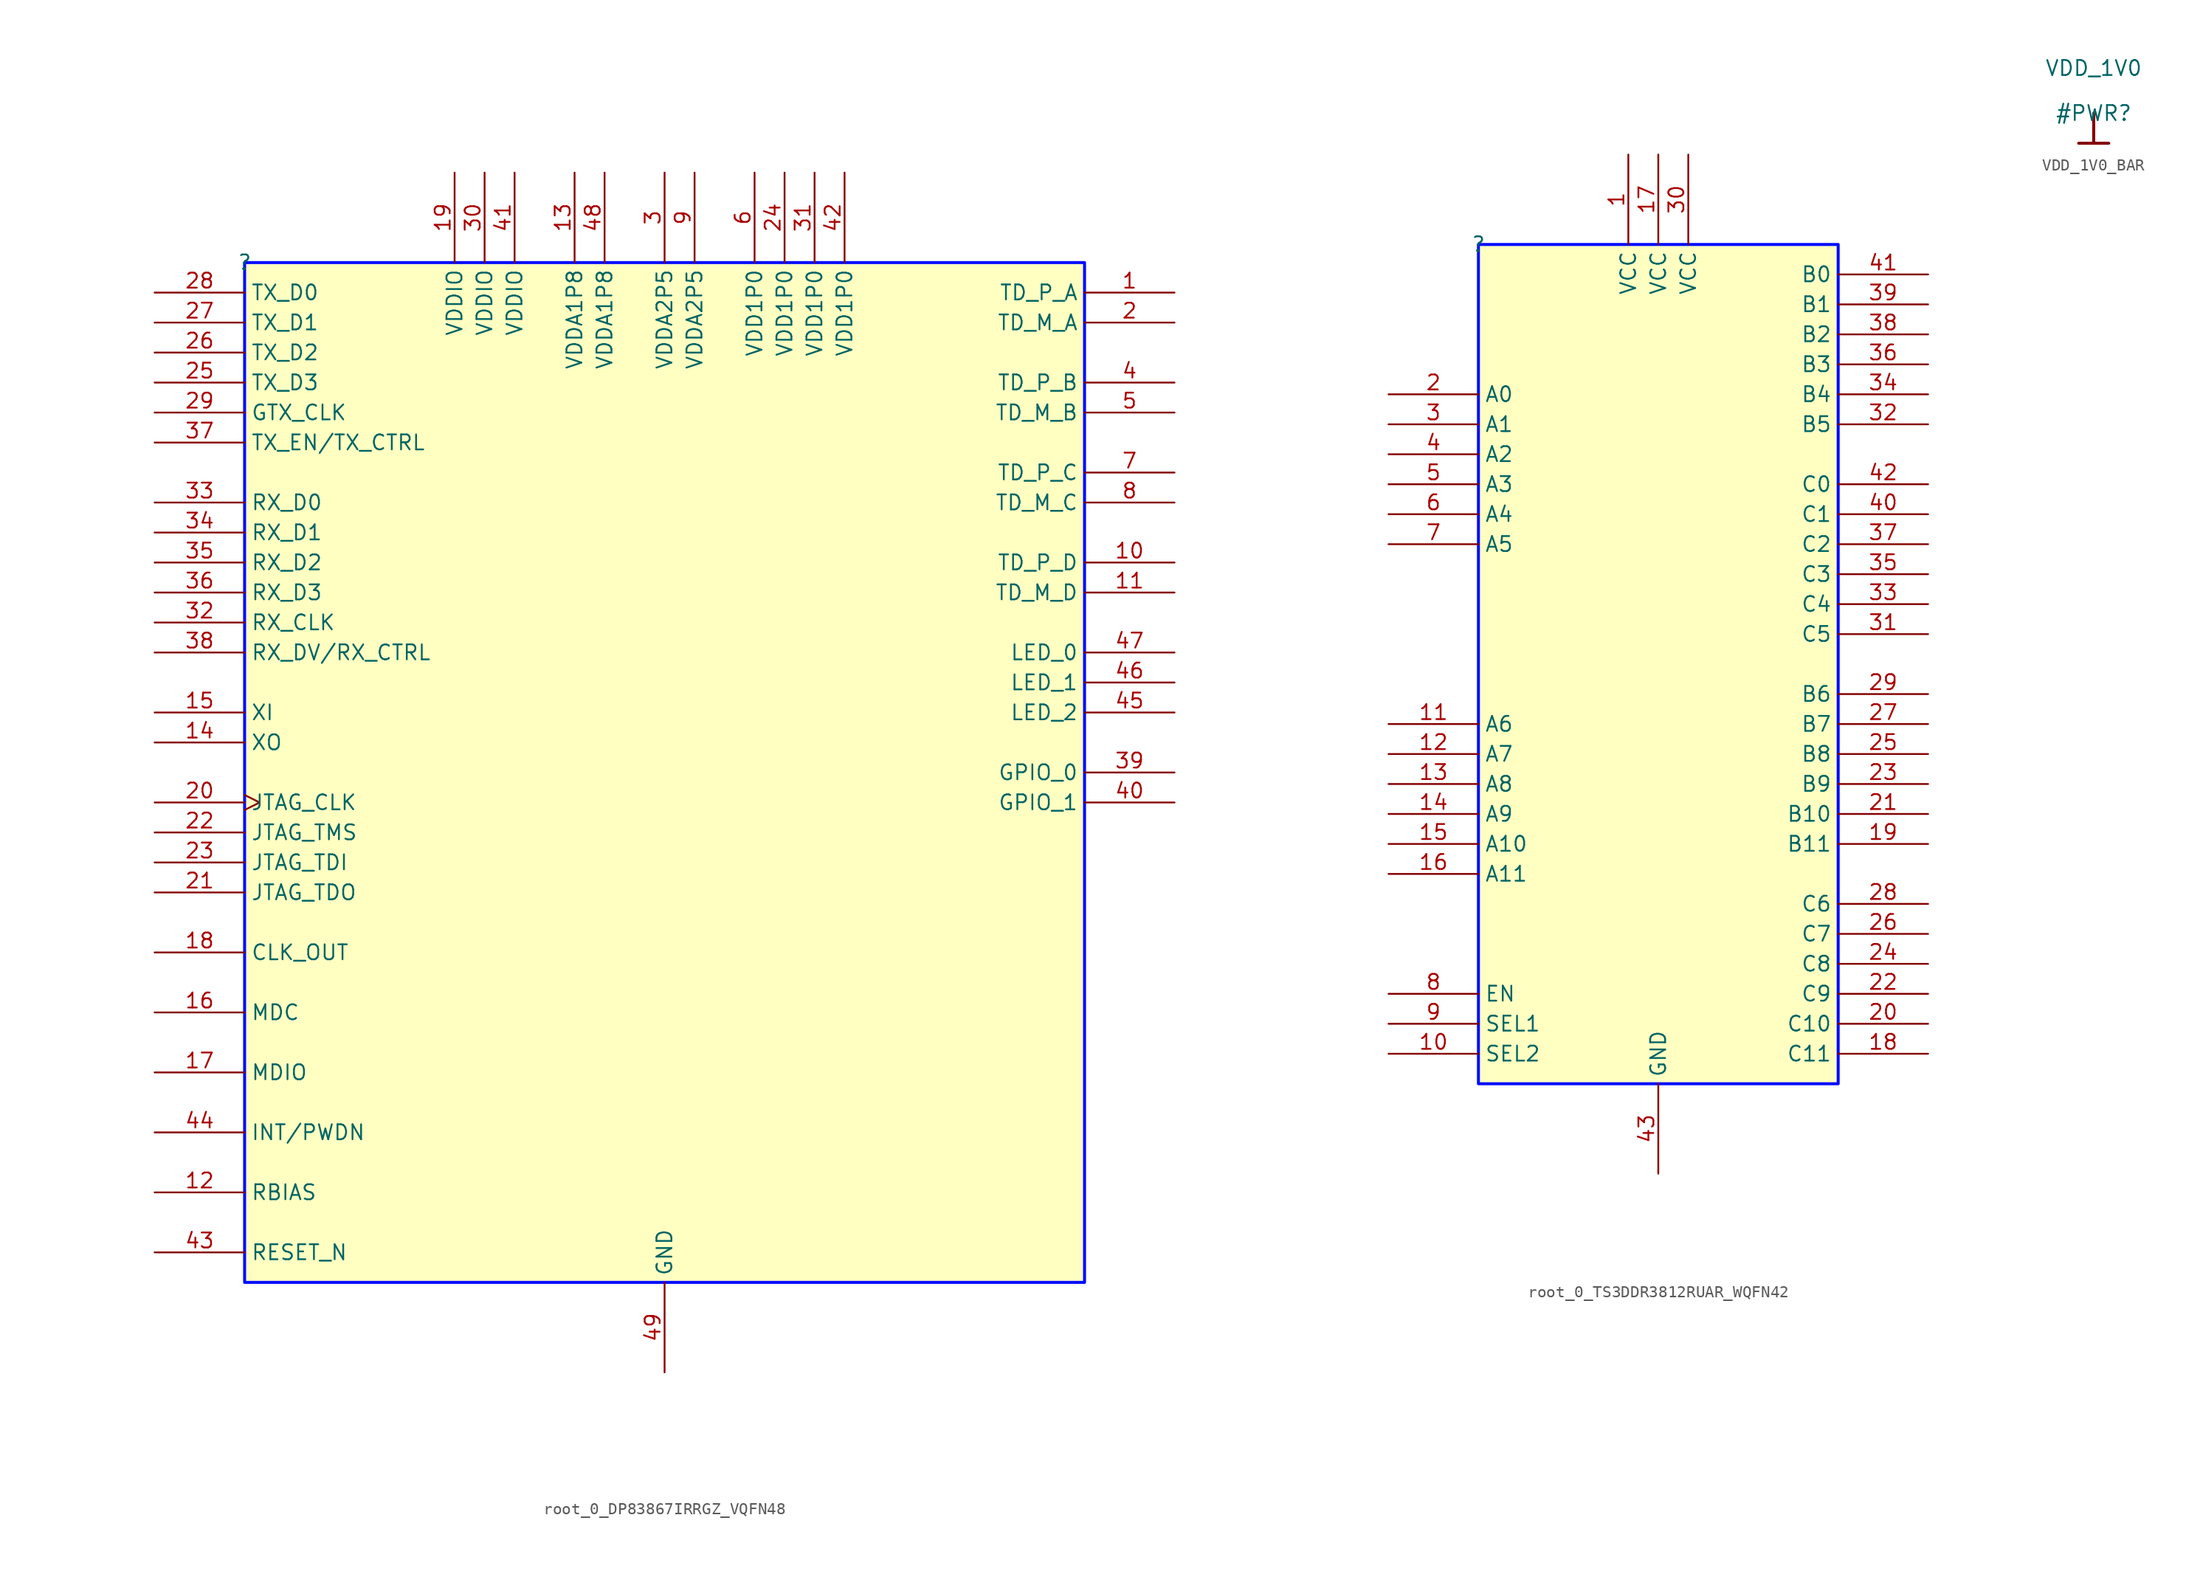
<source format=kicad_sym>
(kicad_symbol_lib
  (version 20231120)
  (generator "kicad_symbol_editor")
  (generator_version "8.0")
  (symbol "root_0_DP83867IRRGZ_VQFN48"
    (property "Reference" ""
      (at 0 0 0)
      (effects (font (size 1.27 1.27))))
    (property "Value" ""
      (at 0 0 0)
      (effects (font (size 1.27 1.27))))
    (symbol "root_0_DP83867IRRGZ_VQFN48_1_0"
      (rectangle (start 71.12 0) (end 0 -86.36) (stroke (width 0.254) (type solid) (color 0 11 255 1)) (fill (type background)))
      (pin passive line (at 78.74 -2.54 180) (length 7.62) (name "TD_P_A" (effects (font (size 1.27 1.27)))) (number "1" (effects (font (size 1.27 1.27)))))
      (pin passive line (at 78.74 -25.4 180) (length 7.62) (name "TD_P_D" (effects (font (size 1.27 1.27)))) (number "10" (effects (font (size 1.27 1.27)))))
      (pin passive line (at 78.74 -27.94 180) (length 7.62) (name "TD_M_D" (effects (font (size 1.27 1.27)))) (number "11" (effects (font (size 1.27 1.27)))))
      (pin passive line (at -7.62 -78.74 0) (length 7.62) (name "RBIAS" (effects (font (size 1.27 1.27)))) (number "12" (effects (font (size 1.27 1.27)))))
      (pin power_in line (at 27.94 7.62 270) (length 7.62) (name "VDDA1P8" (effects (font (size 1.27 1.27)))) (number "13" (effects (font (size 1.27 1.27)))))
      (pin output line (at -7.62 -40.64 0) (length 7.62) (name "XO" (effects (font (size 1.27 1.27)))) (number "14" (effects (font (size 1.27 1.27)))))
      (pin input line (at -7.62 -38.1 0) (length 7.62) (name "XI" (effects (font (size 1.27 1.27)))) (number "15" (effects (font (size 1.27 1.27)))))
      (pin passive line (at -7.62 -63.5 0) (length 7.62) (name "MDC" (effects (font (size 1.27 1.27)))) (number "16" (effects (font (size 1.27 1.27)))))
      (pin bidirectional line (at -7.62 -68.58 0) (length 7.62) (name "MDIO" (effects (font (size 1.27 1.27)))) (number "17" (effects (font (size 1.27 1.27)))))
      (pin output line (at -7.62 -58.42 0) (length 7.62) (name "CLK_OUT" (effects (font (size 1.27 1.27)))) (number "18" (effects (font (size 1.27 1.27)))))
      (pin power_in line (at 17.78 7.62 270) (length 7.62) (name "VDDIO" (effects (font (size 1.27 1.27)))) (number "19" (effects (font (size 1.27 1.27)))))
      (pin passive line (at 78.74 -5.08 180) (length 7.62) (name "TD_M_A" (effects (font (size 1.27 1.27)))) (number "2" (effects (font (size 1.27 1.27)))))
      (pin input clock (at -7.62 -45.72 0) (length 7.62) (name "JTAG_CLK" (effects (font (size 1.27 1.27)))) (number "20" (effects (font (size 1.27 1.27)))))
      (pin output line (at -7.62 -53.34 0) (length 7.62) (name "JTAG_TDO" (effects (font (size 1.27 1.27)))) (number "21" (effects (font (size 1.27 1.27)))))
      (pin bidirectional line (at -7.62 -48.26 0) (length 7.62) (name "JTAG_TMS" (effects (font (size 1.27 1.27)))) (number "22" (effects (font (size 1.27 1.27)))))
      (pin input line (at -7.62 -50.8 0) (length 7.62) (name "JTAG_TDI" (effects (font (size 1.27 1.27)))) (number "23" (effects (font (size 1.27 1.27)))))
      (pin power_in line (at 45.72 7.62 270) (length 7.62) (name "VDD1P0" (effects (font (size 1.27 1.27)))) (number "24" (effects (font (size 1.27 1.27)))))
      (pin passive line (at -7.62 -10.16 0) (length 7.62) (name "TX_D3" (effects (font (size 1.27 1.27)))) (number "25" (effects (font (size 1.27 1.27)))))
      (pin passive line (at -7.62 -7.62 0) (length 7.62) (name "TX_D2" (effects (font (size 1.27 1.27)))) (number "26" (effects (font (size 1.27 1.27)))))
      (pin passive line (at -7.62 -5.08 0) (length 7.62) (name "TX_D1" (effects (font (size 1.27 1.27)))) (number "27" (effects (font (size 1.27 1.27)))))
      (pin passive line (at -7.62 -2.54 0) (length 7.62) (name "TX_D0" (effects (font (size 1.27 1.27)))) (number "28" (effects (font (size 1.27 1.27)))))
      (pin passive line (at -7.62 -12.7 0) (length 7.62) (name "GTX_CLK" (effects (font (size 1.27 1.27)))) (number "29" (effects (font (size 1.27 1.27)))))
      (pin power_in line (at 35.56 7.62 270) (length 7.62) (name "VDDA2P5" (effects (font (size 1.27 1.27)))) (number "3" (effects (font (size 1.27 1.27)))))
      (pin power_in line (at 20.32 7.62 270) (length 7.62) (name "VDDIO" (effects (font (size 1.27 1.27)))) (number "30" (effects (font (size 1.27 1.27)))))
      (pin power_in line (at 48.26 7.62 270) (length 7.62) (name "VDD1P0" (effects (font (size 1.27 1.27)))) (number "31" (effects (font (size 1.27 1.27)))))
      (pin passive line (at -7.62 -30.48 0) (length 7.62) (name "RX_CLK" (effects (font (size 1.27 1.27)))) (number "32" (effects (font (size 1.27 1.27)))))
      (pin passive line (at -7.62 -20.32 0) (length 7.62) (name "RX_D0" (effects (font (size 1.27 1.27)))) (number "33" (effects (font (size 1.27 1.27)))))
      (pin passive line (at -7.62 -22.86 0) (length 7.62) (name "RX_D1" (effects (font (size 1.27 1.27)))) (number "34" (effects (font (size 1.27 1.27)))))
      (pin passive line (at -7.62 -25.4 0) (length 7.62) (name "RX_D2" (effects (font (size 1.27 1.27)))) (number "35" (effects (font (size 1.27 1.27)))))
      (pin passive line (at -7.62 -27.94 0) (length 7.62) (name "RX_D3" (effects (font (size 1.27 1.27)))) (number "36" (effects (font (size 1.27 1.27)))))
      (pin passive line (at -7.62 -15.24 0) (length 7.62) (name "TX_EN/TX_CTRL" (effects (font (size 1.27 1.27)))) (number "37" (effects (font (size 1.27 1.27)))))
      (pin passive line (at -7.62 -33.02 0) (length 7.62) (name "RX_DV/RX_CTRL" (effects (font (size 1.27 1.27)))) (number "38" (effects (font (size 1.27 1.27)))))
      (pin bidirectional line (at 78.74 -43.18 180) (length 7.62) (name "GPIO_0" (effects (font (size 1.27 1.27)))) (number "39" (effects (font (size 1.27 1.27)))))
      (pin passive line (at 78.74 -10.16 180) (length 7.62) (name "TD_P_B" (effects (font (size 1.27 1.27)))) (number "4" (effects (font (size 1.27 1.27)))))
      (pin bidirectional line (at 78.74 -45.72 180) (length 7.62) (name "GPIO_1" (effects (font (size 1.27 1.27)))) (number "40" (effects (font (size 1.27 1.27)))))
      (pin power_in line (at 22.86 7.62 270) (length 7.62) (name "VDDIO" (effects (font (size 1.27 1.27)))) (number "41" (effects (font (size 1.27 1.27)))))
      (pin power_in line (at 50.8 7.62 270) (length 7.62) (name "VDD1P0" (effects (font (size 1.27 1.27)))) (number "42" (effects (font (size 1.27 1.27)))))
      (pin passive line (at -7.62 -83.82 0) (length 7.62) (name "RESET_N" (effects (font (size 1.27 1.27)))) (number "43" (effects (font (size 1.27 1.27)))))
      (pin passive line (at -7.62 -73.66 0) (length 7.62) (name "INT/PWDN" (effects (font (size 1.27 1.27)))) (number "44" (effects (font (size 1.27 1.27)))))
      (pin passive line (at 78.74 -38.1 180) (length 7.62) (name "LED_2" (effects (font (size 1.27 1.27)))) (number "45" (effects (font (size 1.27 1.27)))))
      (pin passive line (at 78.74 -35.56 180) (length 7.62) (name "LED_1" (effects (font (size 1.27 1.27)))) (number "46" (effects (font (size 1.27 1.27)))))
      (pin passive line (at 78.74 -33.02 180) (length 7.62) (name "LED_0" (effects (font (size 1.27 1.27)))) (number "47" (effects (font (size 1.27 1.27)))))
      (pin power_in line (at 30.48 7.62 270) (length 7.62) (name "VDDA1P8" (effects (font (size 1.27 1.27)))) (number "48" (effects (font (size 1.27 1.27)))))
      (pin power_in line (at 35.56 -93.98 90) (length 7.62) (name "GND" (effects (font (size 1.27 1.27)))) (number "49" (effects (font (size 1.27 1.27)))))
      (pin passive line (at 78.74 -12.7 180) (length 7.62) (name "TD_M_B" (effects (font (size 1.27 1.27)))) (number "5" (effects (font (size 1.27 1.27)))))
      (pin power_in line (at 43.18 7.62 270) (length 7.62) (name "VDD1P0" (effects (font (size 1.27 1.27)))) (number "6" (effects (font (size 1.27 1.27)))))
      (pin passive line (at 78.74 -17.78 180) (length 7.62) (name "TD_P_C" (effects (font (size 1.27 1.27)))) (number "7" (effects (font (size 1.27 1.27)))))
      (pin passive line (at 78.74 -20.32 180) (length 7.62) (name "TD_M_C" (effects (font (size 1.27 1.27)))) (number "8" (effects (font (size 1.27 1.27)))))
      (pin power_in line (at 38.1 7.62 270) (length 7.62) (name "VDDA2P5" (effects (font (size 1.27 1.27)))) (number "9" (effects (font (size 1.27 1.27)))))))
  (symbol "root_0_TS3DDR3812RUAR_WQFN42"
    (property "Reference" ""
      (at 0 0 0)
      (effects (font (size 1.27 1.27))))
    (property "Value" ""
      (at 0 0 0)
      (effects (font (size 1.27 1.27))))
    (symbol "root_0_TS3DDR3812RUAR_WQFN42_1_0"
      (rectangle (start 30.48 0) (end 0 -71.12) (stroke (width 0.254) (type solid) (color 0 11 255 1)) (fill (type background)))
      (pin power_in line (at 12.7 7.62 270) (length 7.62) (name "VCC" (effects (font (size 1.27 1.27)))) (number "1" (effects (font (size 1.27 1.27)))))
      (pin passive line (at -7.62 -68.58 0) (length 7.62) (name "SEL2" (effects (font (size 1.27 1.27)))) (number "10" (effects (font (size 1.27 1.27)))))
      (pin bidirectional line (at -7.62 -40.64 0) (length 7.62) (name "A6" (effects (font (size 1.27 1.27)))) (number "11" (effects (font (size 1.27 1.27)))))
      (pin bidirectional line (at -7.62 -43.18 0) (length 7.62) (name "A7" (effects (font (size 1.27 1.27)))) (number "12" (effects (font (size 1.27 1.27)))))
      (pin bidirectional line (at -7.62 -45.72 0) (length 7.62) (name "A8" (effects (font (size 1.27 1.27)))) (number "13" (effects (font (size 1.27 1.27)))))
      (pin bidirectional line (at -7.62 -48.26 0) (length 7.62) (name "A9" (effects (font (size 1.27 1.27)))) (number "14" (effects (font (size 1.27 1.27)))))
      (pin bidirectional line (at -7.62 -50.8 0) (length 7.62) (name "A10" (effects (font (size 1.27 1.27)))) (number "15" (effects (font (size 1.27 1.27)))))
      (pin bidirectional line (at -7.62 -53.34 0) (length 7.62) (name "A11" (effects (font (size 1.27 1.27)))) (number "16" (effects (font (size 1.27 1.27)))))
      (pin power_in line (at 15.24 7.62 270) (length 7.62) (name "VCC" (effects (font (size 1.27 1.27)))) (number "17" (effects (font (size 1.27 1.27)))))
      (pin bidirectional line (at 38.1 -68.58 180) (length 7.62) (name "C11" (effects (font (size 1.27 1.27)))) (number "18" (effects (font (size 1.27 1.27)))))
      (pin bidirectional line (at 38.1 -50.8 180) (length 7.62) (name "B11" (effects (font (size 1.27 1.27)))) (number "19" (effects (font (size 1.27 1.27)))))
      (pin bidirectional line (at -7.62 -12.7 0) (length 7.62) (name "A0" (effects (font (size 1.27 1.27)))) (number "2" (effects (font (size 1.27 1.27)))))
      (pin bidirectional line (at 38.1 -66.04 180) (length 7.62) (name "C10" (effects (font (size 1.27 1.27)))) (number "20" (effects (font (size 1.27 1.27)))))
      (pin bidirectional line (at 38.1 -48.26 180) (length 7.62) (name "B10" (effects (font (size 1.27 1.27)))) (number "21" (effects (font (size 1.27 1.27)))))
      (pin bidirectional line (at 38.1 -63.5 180) (length 7.62) (name "C9" (effects (font (size 1.27 1.27)))) (number "22" (effects (font (size 1.27 1.27)))))
      (pin bidirectional line (at 38.1 -45.72 180) (length 7.62) (name "B9" (effects (font (size 1.27 1.27)))) (number "23" (effects (font (size 1.27 1.27)))))
      (pin bidirectional line (at 38.1 -60.96 180) (length 7.62) (name "C8" (effects (font (size 1.27 1.27)))) (number "24" (effects (font (size 1.27 1.27)))))
      (pin bidirectional line (at 38.1 -43.18 180) (length 7.62) (name "B8" (effects (font (size 1.27 1.27)))) (number "25" (effects (font (size 1.27 1.27)))))
      (pin bidirectional line (at 38.1 -58.42 180) (length 7.62) (name "C7" (effects (font (size 1.27 1.27)))) (number "26" (effects (font (size 1.27 1.27)))))
      (pin bidirectional line (at 38.1 -40.64 180) (length 7.62) (name "B7" (effects (font (size 1.27 1.27)))) (number "27" (effects (font (size 1.27 1.27)))))
      (pin bidirectional line (at 38.1 -55.88 180) (length 7.62) (name "C6" (effects (font (size 1.27 1.27)))) (number "28" (effects (font (size 1.27 1.27)))))
      (pin bidirectional line (at 38.1 -38.1 180) (length 7.62) (name "B6" (effects (font (size 1.27 1.27)))) (number "29" (effects (font (size 1.27 1.27)))))
      (pin bidirectional line (at -7.62 -15.24 0) (length 7.62) (name "A1" (effects (font (size 1.27 1.27)))) (number "3" (effects (font (size 1.27 1.27)))))
      (pin power_in line (at 17.78 7.62 270) (length 7.62) (name "VCC" (effects (font (size 1.27 1.27)))) (number "30" (effects (font (size 1.27 1.27)))))
      (pin bidirectional line (at 38.1 -33.02 180) (length 7.62) (name "C5" (effects (font (size 1.27 1.27)))) (number "31" (effects (font (size 1.27 1.27)))))
      (pin bidirectional line (at 38.1 -15.24 180) (length 7.62) (name "B5" (effects (font (size 1.27 1.27)))) (number "32" (effects (font (size 1.27 1.27)))))
      (pin bidirectional line (at 38.1 -30.48 180) (length 7.62) (name "C4" (effects (font (size 1.27 1.27)))) (number "33" (effects (font (size 1.27 1.27)))))
      (pin bidirectional line (at 38.1 -12.7 180) (length 7.62) (name "B4" (effects (font (size 1.27 1.27)))) (number "34" (effects (font (size 1.27 1.27)))))
      (pin bidirectional line (at 38.1 -27.94 180) (length 7.62) (name "C3" (effects (font (size 1.27 1.27)))) (number "35" (effects (font (size 1.27 1.27)))))
      (pin bidirectional line (at 38.1 -10.16 180) (length 7.62) (name "B3" (effects (font (size 1.27 1.27)))) (number "36" (effects (font (size 1.27 1.27)))))
      (pin bidirectional line (at 38.1 -25.4 180) (length 7.62) (name "C2" (effects (font (size 1.27 1.27)))) (number "37" (effects (font (size 1.27 1.27)))))
      (pin bidirectional line (at 38.1 -7.62 180) (length 7.62) (name "B2" (effects (font (size 1.27 1.27)))) (number "38" (effects (font (size 1.27 1.27)))))
      (pin bidirectional line (at 38.1 -5.08 180) (length 7.62) (name "B1" (effects (font (size 1.27 1.27)))) (number "39" (effects (font (size 1.27 1.27)))))
      (pin bidirectional line (at -7.62 -17.78 0) (length 7.62) (name "A2" (effects (font (size 1.27 1.27)))) (number "4" (effects (font (size 1.27 1.27)))))
      (pin bidirectional line (at 38.1 -22.86 180) (length 7.62) (name "C1" (effects (font (size 1.27 1.27)))) (number "40" (effects (font (size 1.27 1.27)))))
      (pin bidirectional line (at 38.1 -2.54 180) (length 7.62) (name "B0" (effects (font (size 1.27 1.27)))) (number "41" (effects (font (size 1.27 1.27)))))
      (pin bidirectional line (at 38.1 -20.32 180) (length 7.62) (name "C0" (effects (font (size 1.27 1.27)))) (number "42" (effects (font (size 1.27 1.27)))))
      (pin power_in line (at 15.24 -78.74 90) (length 7.62) (name "GND" (effects (font (size 1.27 1.27)))) (number "43" (effects (font (size 1.27 1.27)))))
      (pin bidirectional line (at -7.62 -20.32 0) (length 7.62) (name "A3" (effects (font (size 1.27 1.27)))) (number "5" (effects (font (size 1.27 1.27)))))
      (pin bidirectional line (at -7.62 -22.86 0) (length 7.62) (name "A4" (effects (font (size 1.27 1.27)))) (number "6" (effects (font (size 1.27 1.27)))))
      (pin bidirectional line (at -7.62 -25.4 0) (length 7.62) (name "A5" (effects (font (size 1.27 1.27)))) (number "7" (effects (font (size 1.27 1.27)))))
      (pin passive line (at -7.62 -63.5 0) (length 7.62) (name "EN" (effects (font (size 1.27 1.27)))) (number "8" (effects (font (size 1.27 1.27)))))
      (pin passive line (at -7.62 -66.04 0) (length 7.62) (name "SEL1" (effects (font (size 1.27 1.27)))) (number "9" (effects (font (size 1.27 1.27)))))))
  (symbol "VDD_1V0_BAR"
    (power)
    (property "Reference" "#PWR"
      (at 0 0 0)
      (effects (font (size 1.27 1.27))))
    (property "Value" "VDD_1V0"
      (at 0 3.81 0)
      (effects (font (size 1.27 1.27))))
    (symbol "VDD_1V0_BAR_0_0"
      (polyline (pts (xy -1.27 -2.54) (xy 1.27 -2.54)) (stroke (width 0.254) (type solid)) (fill (type none)))
      (polyline (pts (xy 0 0) (xy 0 -2.54)) (stroke (width 0.254) (type solid)) (fill (type none)))
      (pin power_in line (at 0 0 0) (length 0) hide (name "VDD_1V0" (effects (font (size 1.27 1.27)))) (number "" (effects (font (size 1.27 1.27))))))))
</source>
